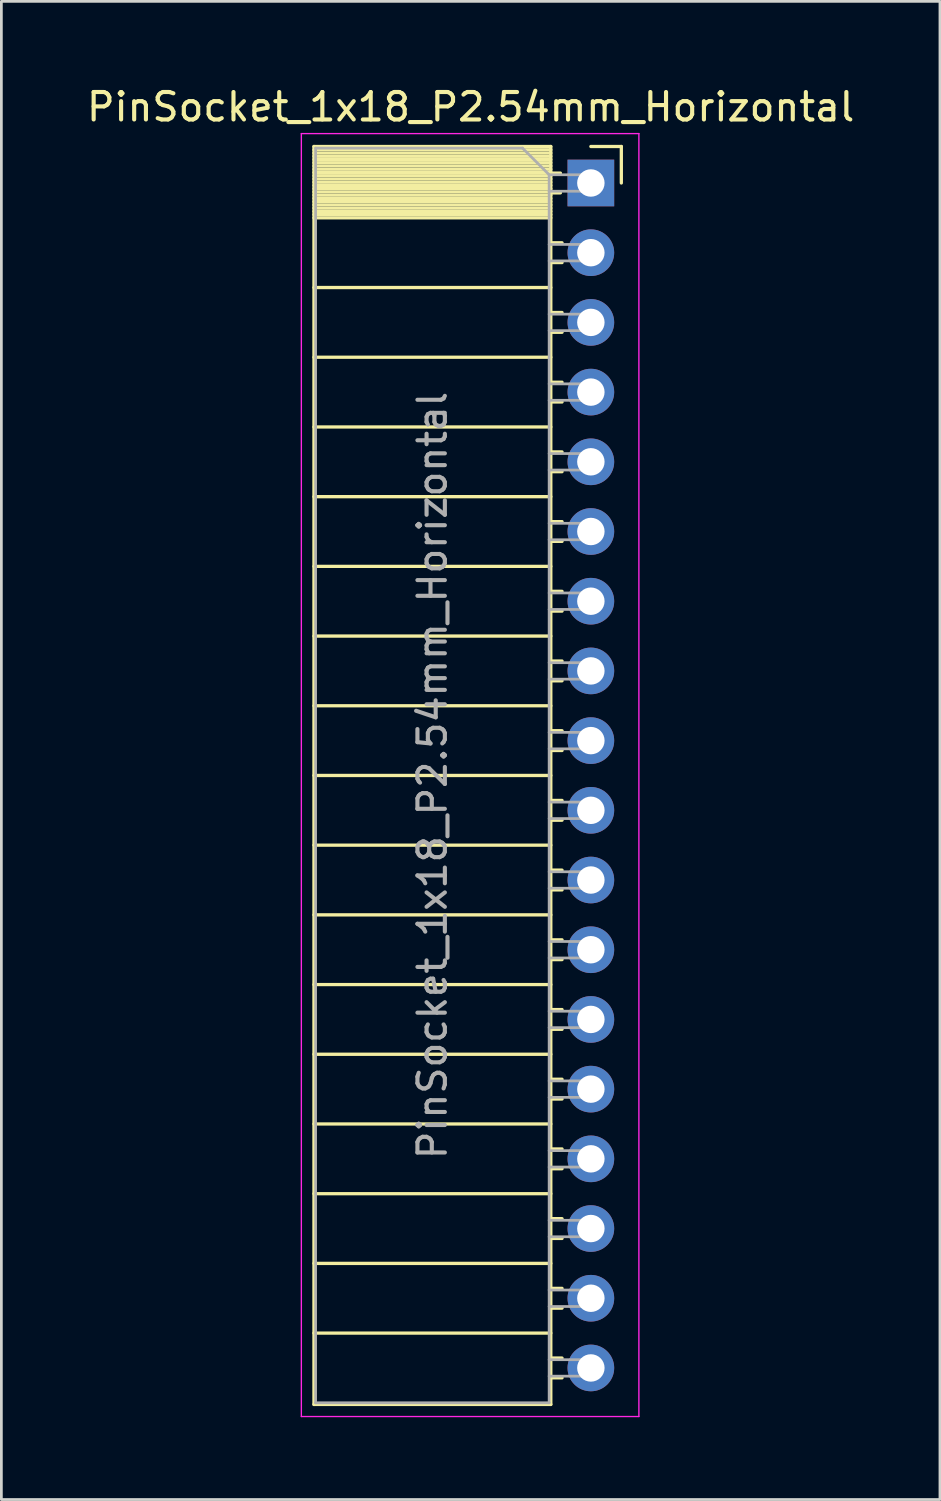
<source format=kicad_pcb>
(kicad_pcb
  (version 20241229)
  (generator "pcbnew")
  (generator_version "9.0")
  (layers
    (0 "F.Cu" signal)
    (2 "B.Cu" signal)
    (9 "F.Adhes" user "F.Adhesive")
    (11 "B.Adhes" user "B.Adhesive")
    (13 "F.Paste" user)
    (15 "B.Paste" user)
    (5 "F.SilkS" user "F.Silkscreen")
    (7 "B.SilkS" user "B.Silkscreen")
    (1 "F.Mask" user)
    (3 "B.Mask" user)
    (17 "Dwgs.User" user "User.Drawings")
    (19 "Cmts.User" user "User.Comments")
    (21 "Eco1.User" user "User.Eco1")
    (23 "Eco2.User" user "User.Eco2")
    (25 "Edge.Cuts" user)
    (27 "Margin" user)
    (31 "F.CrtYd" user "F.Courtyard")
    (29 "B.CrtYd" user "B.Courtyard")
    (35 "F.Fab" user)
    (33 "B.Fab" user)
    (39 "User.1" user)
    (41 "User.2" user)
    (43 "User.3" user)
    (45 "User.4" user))
  (footprint "PinSocket_1x18_P2.54mm_Horizontal"
    (layer "F.Cu")
    (at 18.481 3.618)
    (property "Reference" "PinSocket_1x18_P2.54mm_Horizontal" (at -4.38 -2.77 0) (layer "F.SilkS") (effects (font (size 1 1) (thickness 0.15))))
    (attr through_hole)
    (fp_line (start -10.09 -1.33) (end -10.09 44.51) (stroke (width 0.12) (type solid)) (layer "F.SilkS"))
    (fp_line (start -10.09 -1.33) (end -1.46 -1.33) (stroke (width 0.12) (type solid)) (layer "F.SilkS"))
    (fp_line (start -10.09 -1.21) (end -1.46 -1.21) (stroke (width 0.12) (type solid)) (layer "F.SilkS"))
    (fp_line (start -10.09 -1.092) (end -1.46 -1.092) (stroke (width 0.12) (type solid)) (layer "F.SilkS"))
    (fp_line (start -10.09 -0.974) (end -1.46 -0.974) (stroke (width 0.12) (type solid)) (layer "F.SilkS"))
    (fp_line (start -10.09 -0.856) (end -1.46 -0.856) (stroke (width 0.12) (type solid)) (layer "F.SilkS"))
    (fp_line (start -10.09 -0.738) (end -1.46 -0.738) (stroke (width 0.12) (type solid)) (layer "F.SilkS"))
    (fp_line (start -10.09 -0.62) (end -1.46 -0.62) (stroke (width 0.12) (type solid)) (layer "F.SilkS"))
    (fp_line (start -10.09 -0.501) (end -1.46 -0.501) (stroke (width 0.12) (type solid)) (layer "F.SilkS"))
    (fp_line (start -10.09 -0.383) (end -1.46 -0.383) (stroke (width 0.12) (type solid)) (layer "F.SilkS"))
    (fp_line (start -10.09 -0.265) (end -1.46 -0.265) (stroke (width 0.12) (type solid)) (layer "F.SilkS"))
    (fp_line (start -10.09 -0.147) (end -1.46 -0.147) (stroke (width 0.12) (type solid)) (layer "F.SilkS"))
    (fp_line (start -10.09 -0.029) (end -1.46 -0.029) (stroke (width 0.12) (type solid)) (layer "F.SilkS"))
    (fp_line (start -10.09 0.089) (end -1.46 0.089) (stroke (width 0.12) (type solid)) (layer "F.SilkS"))
    (fp_line (start -10.09 0.207) (end -1.46 0.207) (stroke (width 0.12) (type solid)) (layer "F.SilkS"))
    (fp_line (start -10.09 0.325) (end -1.46 0.325) (stroke (width 0.12) (type solid)) (layer "F.SilkS"))
    (fp_line (start -10.09 0.443) (end -1.46 0.443) (stroke (width 0.12) (type solid)) (layer "F.SilkS"))
    (fp_line (start -10.09 0.561) (end -1.46 0.561) (stroke (width 0.12) (type solid)) (layer "F.SilkS"))
    (fp_line (start -10.09 0.68) (end -1.46 0.68) (stroke (width 0.12) (type solid)) (layer "F.SilkS"))
    (fp_line (start -10.09 0.798) (end -1.46 0.798) (stroke (width 0.12) (type solid)) (layer "F.SilkS"))
    (fp_line (start -10.09 0.916) (end -1.46 0.916) (stroke (width 0.12) (type solid)) (layer "F.SilkS"))
    (fp_line (start -10.09 1.034) (end -1.46 1.034) (stroke (width 0.12) (type solid)) (layer "F.SilkS"))
    (fp_line (start -10.09 1.152) (end -1.46 1.152) (stroke (width 0.12) (type solid)) (layer "F.SilkS"))
    (fp_line (start -10.09 1.27) (end -1.46 1.27) (stroke (width 0.12) (type solid)) (layer "F.SilkS"))
    (fp_line (start -10.09 3.81) (end -1.46 3.81) (stroke (width 0.12) (type solid)) (layer "F.SilkS"))
    (fp_line (start -10.09 6.35) (end -1.46 6.35) (stroke (width 0.12) (type solid)) (layer "F.SilkS"))
    (fp_line (start -10.09 8.89) (end -1.46 8.89) (stroke (width 0.12) (type solid)) (layer "F.SilkS"))
    (fp_line (start -10.09 11.43) (end -1.46 11.43) (stroke (width 0.12) (type solid)) (layer "F.SilkS"))
    (fp_line (start -10.09 13.97) (end -1.46 13.97) (stroke (width 0.12) (type solid)) (layer "F.SilkS"))
    (fp_line (start -10.09 16.51) (end -1.46 16.51) (stroke (width 0.12) (type solid)) (layer "F.SilkS"))
    (fp_line (start -10.09 19.05) (end -1.46 19.05) (stroke (width 0.12) (type solid)) (layer "F.SilkS"))
    (fp_line (start -10.09 21.59) (end -1.46 21.59) (stroke (width 0.12) (type solid)) (layer "F.SilkS"))
    (fp_line (start -10.09 24.13) (end -1.46 24.13) (stroke (width 0.12) (type solid)) (layer "F.SilkS"))
    (fp_line (start -10.09 26.67) (end -1.46 26.67) (stroke (width 0.12) (type solid)) (layer "F.SilkS"))
    (fp_line (start -10.09 29.21) (end -1.46 29.21) (stroke (width 0.12) (type solid)) (layer "F.SilkS"))
    (fp_line (start -10.09 31.75) (end -1.46 31.75) (stroke (width 0.12) (type solid)) (layer "F.SilkS"))
    (fp_line (start -10.09 34.29) (end -1.46 34.29) (stroke (width 0.12) (type solid)) (layer "F.SilkS"))
    (fp_line (start -10.09 36.83) (end -1.46 36.83) (stroke (width 0.12) (type solid)) (layer "F.SilkS"))
    (fp_line (start -10.09 39.37) (end -1.46 39.37) (stroke (width 0.12) (type solid)) (layer "F.SilkS"))
    (fp_line (start -10.09 41.91) (end -1.46 41.91) (stroke (width 0.12) (type solid)) (layer "F.SilkS"))
    (fp_line (start -10.09 44.51) (end -1.46 44.51) (stroke (width 0.12) (type solid)) (layer "F.SilkS"))
    (fp_line (start -1.46 -1.33) (end -1.46 44.51) (stroke (width 0.12) (type solid)) (layer "F.SilkS"))
    (fp_line (start -1.46 -0.36) (end -1.11 -0.36) (stroke (width 0.12) (type solid)) (layer "F.SilkS"))
    (fp_line (start -1.46 0.36) (end -1.11 0.36) (stroke (width 0.12) (type solid)) (layer "F.SilkS"))
    (fp_line (start -1.46 2.18) (end -1.05 2.18) (stroke (width 0.12) (type solid)) (layer "F.SilkS"))
    (fp_line (start -1.46 2.9) (end -1.05 2.9) (stroke (width 0.12) (type solid)) (layer "F.SilkS"))
    (fp_line (start -1.46 4.72) (end -1.05 4.72) (stroke (width 0.12) (type solid)) (layer "F.SilkS"))
    (fp_line (start -1.46 5.44) (end -1.05 5.44) (stroke (width 0.12) (type solid)) (layer "F.SilkS"))
    (fp_line (start -1.46 7.26) (end -1.05 7.26) (stroke (width 0.12) (type solid)) (layer "F.SilkS"))
    (fp_line (start -1.46 7.98) (end -1.05 7.98) (stroke (width 0.12) (type solid)) (layer "F.SilkS"))
    (fp_line (start -1.46 9.8) (end -1.05 9.8) (stroke (width 0.12) (type solid)) (layer "F.SilkS"))
    (fp_line (start -1.46 10.52) (end -1.05 10.52) (stroke (width 0.12) (type solid)) (layer "F.SilkS"))
    (fp_line (start -1.46 12.34) (end -1.05 12.34) (stroke (width 0.12) (type solid)) (layer "F.SilkS"))
    (fp_line (start -1.46 13.06) (end -1.05 13.06) (stroke (width 0.12) (type solid)) (layer "F.SilkS"))
    (fp_line (start -1.46 14.88) (end -1.05 14.88) (stroke (width 0.12) (type solid)) (layer "F.SilkS"))
    (fp_line (start -1.46 15.6) (end -1.05 15.6) (stroke (width 0.12) (type solid)) (layer "F.SilkS"))
    (fp_line (start -1.46 17.42) (end -1.05 17.42) (stroke (width 0.12) (type solid)) (layer "F.SilkS"))
    (fp_line (start -1.46 18.14) (end -1.05 18.14) (stroke (width 0.12) (type solid)) (layer "F.SilkS"))
    (fp_line (start -1.46 19.96) (end -1.05 19.96) (stroke (width 0.12) (type solid)) (layer "F.SilkS"))
    (fp_line (start -1.46 20.68) (end -1.05 20.68) (stroke (width 0.12) (type solid)) (layer "F.SilkS"))
    (fp_line (start -1.46 22.5) (end -1.05 22.5) (stroke (width 0.12) (type solid)) (layer "F.SilkS"))
    (fp_line (start -1.46 23.22) (end -1.05 23.22) (stroke (width 0.12) (type solid)) (layer "F.SilkS"))
    (fp_line (start -1.46 25.04) (end -1.05 25.04) (stroke (width 0.12) (type solid)) (layer "F.SilkS"))
    (fp_line (start -1.46 25.76) (end -1.05 25.76) (stroke (width 0.12) (type solid)) (layer "F.SilkS"))
    (fp_line (start -1.46 27.58) (end -1.05 27.58) (stroke (width 0.12) (type solid)) (layer "F.SilkS"))
    (fp_line (start -1.46 28.3) (end -1.05 28.3) (stroke (width 0.12) (type solid)) (layer "F.SilkS"))
    (fp_line (start -1.46 30.12) (end -1.05 30.12) (stroke (width 0.12) (type solid)) (layer "F.SilkS"))
    (fp_line (start -1.46 30.84) (end -1.05 30.84) (stroke (width 0.12) (type solid)) (layer "F.SilkS"))
    (fp_line (start -1.46 32.66) (end -1.05 32.66) (stroke (width 0.12) (type solid)) (layer "F.SilkS"))
    (fp_line (start -1.46 33.38) (end -1.05 33.38) (stroke (width 0.12) (type solid)) (layer "F.SilkS"))
    (fp_line (start -1.46 35.2) (end -1.05 35.2) (stroke (width 0.12) (type solid)) (layer "F.SilkS"))
    (fp_line (start -1.46 35.92) (end -1.05 35.92) (stroke (width 0.12) (type solid)) (layer "F.SilkS"))
    (fp_line (start -1.46 37.74) (end -1.05 37.74) (stroke (width 0.12) (type solid)) (layer "F.SilkS"))
    (fp_line (start -1.46 38.46) (end -1.05 38.46) (stroke (width 0.12) (type solid)) (layer "F.SilkS"))
    (fp_line (start -1.46 40.28) (end -1.05 40.28) (stroke (width 0.12) (type solid)) (layer "F.SilkS"))
    (fp_line (start -1.46 41) (end -1.05 41) (stroke (width 0.12) (type solid)) (layer "F.SilkS"))
    (fp_line (start -1.46 42.82) (end -1.05 42.82) (stroke (width 0.12) (type solid)) (layer "F.SilkS"))
    (fp_line (start -1.46 43.54) (end -1.05 43.54) (stroke (width 0.12) (type solid)) (layer "F.SilkS"))
    (fp_line (start 0 -1.33) (end 1.11 -1.33) (stroke (width 0.12) (type solid)) (layer "F.SilkS"))
    (fp_line (start 1.11 -1.33) (end 1.11 0) (stroke (width 0.12) (type solid)) (layer "F.SilkS"))
    (fp_line (start -10.55 -1.8) (end -10.55 44.95) (stroke (width 0.05) (type solid)) (layer "F.CrtYd"))
    (fp_line (start -10.55 44.95) (end 1.75 44.95) (stroke (width 0.05) (type solid)) (layer "F.CrtYd"))
    (fp_line (start 1.75 -1.8) (end -10.55 -1.8) (stroke (width 0.05) (type solid)) (layer "F.CrtYd"))
    (fp_line (start 1.75 44.95) (end 1.75 -1.8) (stroke (width 0.05) (type solid)) (layer "F.CrtYd"))
    (fp_line (start -10.03 -1.27) (end -2.49 -1.27) (stroke (width 0.1) (type solid)) (layer "F.Fab"))
    (fp_line (start -10.03 44.45) (end -10.03 -1.27) (stroke (width 0.1) (type solid)) (layer "F.Fab"))
    (fp_line (start -2.49 -1.27) (end -1.52 -0.3) (stroke (width 0.1) (type solid)) (layer "F.Fab"))
    (fp_line (start -1.52 -0.3) (end -1.52 44.45) (stroke (width 0.1) (type solid)) (layer "F.Fab"))
    (fp_line (start -1.52 0.3) (end 0 0.3) (stroke (width 0.1) (type solid)) (layer "F.Fab"))
    (fp_line (start -1.52 2.84) (end 0 2.84) (stroke (width 0.1) (type solid)) (layer "F.Fab"))
    (fp_line (start -1.52 5.38) (end 0 5.38) (stroke (width 0.1) (type solid)) (layer "F.Fab"))
    (fp_line (start -1.52 7.92) (end 0 7.92) (stroke (width 0.1) (type solid)) (layer "F.Fab"))
    (fp_line (start -1.52 10.46) (end 0 10.46) (stroke (width 0.1) (type solid)) (layer "F.Fab"))
    (fp_line (start -1.52 13) (end 0 13) (stroke (width 0.1) (type solid)) (layer "F.Fab"))
    (fp_line (start -1.52 15.54) (end 0 15.54) (stroke (width 0.1) (type solid)) (layer "F.Fab"))
    (fp_line (start -1.52 18.08) (end 0 18.08) (stroke (width 0.1) (type solid)) (layer "F.Fab"))
    (fp_line (start -1.52 20.62) (end 0 20.62) (stroke (width 0.1) (type solid)) (layer "F.Fab"))
    (fp_line (start -1.52 23.16) (end 0 23.16) (stroke (width 0.1) (type solid)) (layer "F.Fab"))
    (fp_line (start -1.52 25.7) (end 0 25.7) (stroke (width 0.1) (type solid)) (layer "F.Fab"))
    (fp_line (start -1.52 28.24) (end 0 28.24) (stroke (width 0.1) (type solid)) (layer "F.Fab"))
    (fp_line (start -1.52 30.78) (end 0 30.78) (stroke (width 0.1) (type solid)) (layer "F.Fab"))
    (fp_line (start -1.52 33.32) (end 0 33.32) (stroke (width 0.1) (type solid)) (layer "F.Fab"))
    (fp_line (start -1.52 35.86) (end 0 35.86) (stroke (width 0.1) (type solid)) (layer "F.Fab"))
    (fp_line (start -1.52 38.4) (end 0 38.4) (stroke (width 0.1) (type solid)) (layer "F.Fab"))
    (fp_line (start -1.52 40.94) (end 0 40.94) (stroke (width 0.1) (type solid)) (layer "F.Fab"))
    (fp_line (start -1.52 43.48) (end 0 43.48) (stroke (width 0.1) (type solid)) (layer "F.Fab"))
    (fp_line (start -1.52 44.45) (end -10.03 44.45) (stroke (width 0.1) (type solid)) (layer "F.Fab"))
    (fp_line (start 0 -0.3) (end -1.52 -0.3) (stroke (width 0.1) (type solid)) (layer "F.Fab"))
    (fp_line (start 0 0.3) (end 0 -0.3) (stroke (width 0.1) (type solid)) (layer "F.Fab"))
    (fp_line (start 0 2.24) (end -1.52 2.24) (stroke (width 0.1) (type solid)) (layer "F.Fab"))
    (fp_line (start 0 2.84) (end 0 2.24) (stroke (width 0.1) (type solid)) (layer "F.Fab"))
    (fp_line (start 0 4.78) (end -1.52 4.78) (stroke (width 0.1) (type solid)) (layer "F.Fab"))
    (fp_line (start 0 5.38) (end 0 4.78) (stroke (width 0.1) (type solid)) (layer "F.Fab"))
    (fp_line (start 0 7.32) (end -1.52 7.32) (stroke (width 0.1) (type solid)) (layer "F.Fab"))
    (fp_line (start 0 7.92) (end 0 7.32) (stroke (width 0.1) (type solid)) (layer "F.Fab"))
    (fp_line (start 0 9.86) (end -1.52 9.86) (stroke (width 0.1) (type solid)) (layer "F.Fab"))
    (fp_line (start 0 10.46) (end 0 9.86) (stroke (width 0.1) (type solid)) (layer "F.Fab"))
    (fp_line (start 0 12.4) (end -1.52 12.4) (stroke (width 0.1) (type solid)) (layer "F.Fab"))
    (fp_line (start 0 13) (end 0 12.4) (stroke (width 0.1) (type solid)) (layer "F.Fab"))
    (fp_line (start 0 14.94) (end -1.52 14.94) (stroke (width 0.1) (type solid)) (layer "F.Fab"))
    (fp_line (start 0 15.54) (end 0 14.94) (stroke (width 0.1) (type solid)) (layer "F.Fab"))
    (fp_line (start 0 17.48) (end -1.52 17.48) (stroke (width 0.1) (type solid)) (layer "F.Fab"))
    (fp_line (start 0 18.08) (end 0 17.48) (stroke (width 0.1) (type solid)) (layer "F.Fab"))
    (fp_line (start 0 20.02) (end -1.52 20.02) (stroke (width 0.1) (type solid)) (layer "F.Fab"))
    (fp_line (start 0 20.62) (end 0 20.02) (stroke (width 0.1) (type solid)) (layer "F.Fab"))
    (fp_line (start 0 22.56) (end -1.52 22.56) (stroke (width 0.1) (type solid)) (layer "F.Fab"))
    (fp_line (start 0 23.16) (end 0 22.56) (stroke (width 0.1) (type solid)) (layer "F.Fab"))
    (fp_line (start 0 25.1) (end -1.52 25.1) (stroke (width 0.1) (type solid)) (layer "F.Fab"))
    (fp_line (start 0 25.7) (end 0 25.1) (stroke (width 0.1) (type solid)) (layer "F.Fab"))
    (fp_line (start 0 27.64) (end -1.52 27.64) (stroke (width 0.1) (type solid)) (layer "F.Fab"))
    (fp_line (start 0 28.24) (end 0 27.64) (stroke (width 0.1) (type solid)) (layer "F.Fab"))
    (fp_line (start 0 30.18) (end -1.52 30.18) (stroke (width 0.1) (type solid)) (layer "F.Fab"))
    (fp_line (start 0 30.78) (end 0 30.18) (stroke (width 0.1) (type solid)) (layer "F.Fab"))
    (fp_line (start 0 32.72) (end -1.52 32.72) (stroke (width 0.1) (type solid)) (layer "F.Fab"))
    (fp_line (start 0 33.32) (end 0 32.72) (stroke (width 0.1) (type solid)) (layer "F.Fab"))
    (fp_line (start 0 35.26) (end -1.52 35.26) (stroke (width 0.1) (type solid)) (layer "F.Fab"))
    (fp_line (start 0 35.86) (end 0 35.26) (stroke (width 0.1) (type solid)) (layer "F.Fab"))
    (fp_line (start 0 37.8) (end -1.52 37.8) (stroke (width 0.1) (type solid)) (layer "F.Fab"))
    (fp_line (start 0 38.4) (end 0 37.8) (stroke (width 0.1) (type solid)) (layer "F.Fab"))
    (fp_line (start 0 40.34) (end -1.52 40.34) (stroke (width 0.1) (type solid)) (layer "F.Fab"))
    (fp_line (start 0 40.94) (end 0 40.34) (stroke (width 0.1) (type solid)) (layer "F.Fab"))
    (fp_line (start 0 42.88) (end -1.52 42.88) (stroke (width 0.1) (type solid)) (layer "F.Fab"))
    (fp_line (start 0 43.48) (end 0 42.88) (stroke (width 0.1) (type solid)) (layer "F.Fab"))
    (fp_text user "${REFERENCE}" (at -5.775 21.59 90) (layer "F.Fab") (effects (font (size 1 1) (thickness 0.15))))
    (pad "1" thru_hole rect (at 0 0) (size 1.7 1.7) (drill 1) (layers "*.Cu" "*.Mask"))
    (pad "2" thru_hole oval (at 0 2.54) (size 1.7 1.7) (drill 1) (layers "*.Cu" "*.Mask"))
    (pad "3" thru_hole oval (at 0 5.08) (size 1.7 1.7) (drill 1) (layers "*.Cu" "*.Mask"))
    (pad "4" thru_hole oval (at 0 7.62) (size 1.7 1.7) (drill 1) (layers "*.Cu" "*.Mask"))
    (pad "5" thru_hole oval (at 0 10.16) (size 1.7 1.7) (drill 1) (layers "*.Cu" "*.Mask"))
    (pad "6" thru_hole oval (at 0 12.7) (size 1.7 1.7) (drill 1) (layers "*.Cu" "*.Mask"))
    (pad "7" thru_hole oval (at 0 15.24) (size 1.7 1.7) (drill 1) (layers "*.Cu" "*.Mask"))
    (pad "8" thru_hole oval (at 0 17.78) (size 1.7 1.7) (drill 1) (layers "*.Cu" "*.Mask"))
    (pad "9" thru_hole oval (at 0 20.32) (size 1.7 1.7) (drill 1) (layers "*.Cu" "*.Mask"))
    (pad "10" thru_hole oval (at 0 22.86) (size 1.7 1.7) (drill 1) (layers "*.Cu" "*.Mask"))
    (pad "11" thru_hole oval (at 0 25.4) (size 1.7 1.7) (drill 1) (layers "*.Cu" "*.Mask"))
    (pad "12" thru_hole oval (at 0 27.94) (size 1.7 1.7) (drill 1) (layers "*.Cu" "*.Mask"))
    (pad "13" thru_hole oval (at 0 30.48) (size 1.7 1.7) (drill 1) (layers "*.Cu" "*.Mask"))
    (pad "14" thru_hole oval (at 0 33.02) (size 1.7 1.7) (drill 1) (layers "*.Cu" "*.Mask"))
    (pad "15" thru_hole oval (at 0 35.56) (size 1.7 1.7) (drill 1) (layers "*.Cu" "*.Mask"))
    (pad "16" thru_hole oval (at 0 38.1) (size 1.7 1.7) (drill 1) (layers "*.Cu" "*.Mask"))
    (pad "17" thru_hole oval (at 0 40.64) (size 1.7 1.7) (drill 1) (layers "*.Cu" "*.Mask"))
    (pad "18" thru_hole oval (at 0 43.18) (size 1.7 1.7) (drill 1) (layers "*.Cu" "*.Mask")))
  (gr_rect
    (start -3 -3)
    (end 31.202 51.593)
    (stroke (width 0.1) (type default))
    (fill no)
    (layer "Edge.Cuts")))
</source>
